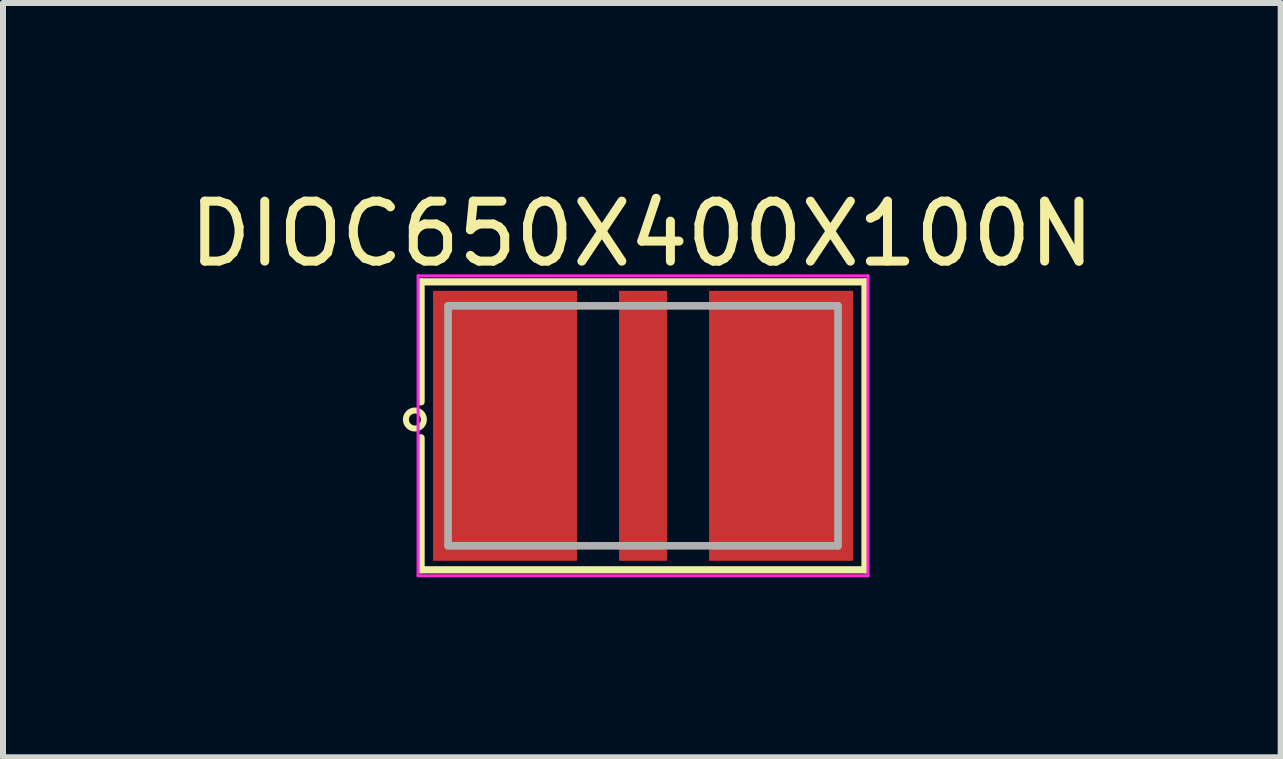
<source format=kicad_pcb>
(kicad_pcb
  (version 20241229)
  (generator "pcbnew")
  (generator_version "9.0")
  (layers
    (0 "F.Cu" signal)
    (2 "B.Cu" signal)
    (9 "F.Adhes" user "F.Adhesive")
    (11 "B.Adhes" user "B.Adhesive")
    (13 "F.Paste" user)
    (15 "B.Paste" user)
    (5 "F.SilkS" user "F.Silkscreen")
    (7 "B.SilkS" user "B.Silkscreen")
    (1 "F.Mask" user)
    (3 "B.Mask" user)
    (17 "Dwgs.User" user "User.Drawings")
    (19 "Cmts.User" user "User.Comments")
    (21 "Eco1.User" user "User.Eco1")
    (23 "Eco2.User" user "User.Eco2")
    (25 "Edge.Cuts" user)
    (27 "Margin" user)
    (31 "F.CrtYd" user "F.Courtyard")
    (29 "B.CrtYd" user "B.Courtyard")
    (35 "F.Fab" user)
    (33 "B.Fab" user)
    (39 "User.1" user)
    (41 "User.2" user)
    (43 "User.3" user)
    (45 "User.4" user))
  (footprint "DIOC650X400X100N"
    (layer "F.Cu")
    (at 7.669 4.048)
    (property "Reference" "DIOC650X400X100N" (at -0.02 -3.2 0) (layer "F.SilkS") (effects (font (size 1 1) (thickness 0.15))))
    (attr smd)
    (fp_poly (pts (xy -2.952 -1.7) (xy -1.1 -1.7) (xy -1.1 1.701) (xy -2.952 1.701)) (stroke (width 0.01) (type solid)) (fill yes) (layer "F.Mask"))
    (fp_poly (pts (xy -0.4 -1.7) (xy 0.4 -1.7) (xy 0.4 1.7) (xy -0.4 1.7)) (stroke (width 0.01) (type solid)) (fill yes) (layer "F.Mask"))
    (fp_poly (pts (xy 1.101 -1.7) (xy 2.95 -1.7) (xy 2.95 1.701) (xy 1.101 1.701)) (stroke (width 0.01) (type solid)) (fill yes) (layer "F.Mask"))
    (fp_line (start -3.7 -2.4) (end 3.7 -2.4) (stroke (width 0.12) (type solid)) (layer "F.SilkS"))
    (fp_line (start -3.7 -0.4) (end -3.7 -2.4) (stroke (width 0.12) (type solid)) (layer "F.SilkS"))
    (fp_line (start -3.7 2.4) (end -3.7 0.2) (stroke (width 0.12) (type solid)) (layer "F.SilkS"))
    (fp_line (start 3.7 -2.4) (end 3.7 2.4) (stroke (width 0.12) (type solid)) (layer "F.SilkS"))
    (fp_line (start 3.7 2.4) (end -3.7 2.4) (stroke (width 0.12) (type solid)) (layer "F.SilkS"))
    (fp_circle (center -3.803 -0.105) (end -3.653 -0.105) (stroke (width 0.1) (type solid)) (fill no) (layer "F.SilkS"))
    (fp_poly (pts (xy -2.929 -1.675) (xy -1.125 -1.675) (xy -1.125 1.677) (xy -2.929 1.677)) (stroke (width 0.01) (type solid)) (fill yes) (layer "F.Paste"))
    (fp_poly (pts (xy -0.375 -1.675) (xy 0.375 -1.675) (xy 0.375 1.675) (xy -0.375 1.675)) (stroke (width 0.01) (type solid)) (fill yes) (layer "F.Paste"))
    (fp_poly (pts (xy 1.127 -1.675) (xy 2.925 -1.675) (xy 2.925 1.678) (xy 1.127 1.678)) (stroke (width 0.01) (type solid)) (fill yes) (layer "F.Paste"))
    (fp_line (start -3.75 -2.5) (end 3.75 -2.5) (stroke (width 0.05) (type solid)) (layer "F.CrtYd"))
    (fp_line (start -3.75 2.5) (end -3.75 -2.5) (stroke (width 0.05) (type solid)) (layer "F.CrtYd"))
    (fp_line (start 3.75 -2.5) (end 3.75 2.5) (stroke (width 0.05) (type solid)) (layer "F.CrtYd"))
    (fp_line (start 3.75 2.5) (end -3.75 2.5) (stroke (width 0.05) (type solid)) (layer "F.CrtYd"))
    (fp_line (start -3.25 -2) (end 3.25 -2) (stroke (width 0.127) (type solid)) (layer "F.Fab"))
    (fp_line (start -3.25 2) (end -3.25 -2) (stroke (width 0.127) (type solid)) (layer "F.Fab"))
    (fp_line (start 3.25 -2) (end 3.25 2) (stroke (width 0.127) (type solid)) (layer "F.Fab"))
    (fp_line (start 3.25 2) (end -3.25 2) (stroke (width 0.127) (type solid)) (layer "F.Fab"))
    (pad "1" smd rect (at -2.3 0) (size 2.4 4.5) (layers "F.Cu"))
    (pad "2" smd rect (at 0 0) (size 0.8 4.5) (layers "F.Cu"))
    (pad "3" smd rect (at 2.3 0) (size 2.4 4.5) (layers "F.Cu")))
  (gr_rect
    (start -3 -3)
    (end 18.298 9.573)
    (stroke (width 0.1) (type default))
    (fill no)
    (layer "Edge.Cuts")))
</source>
